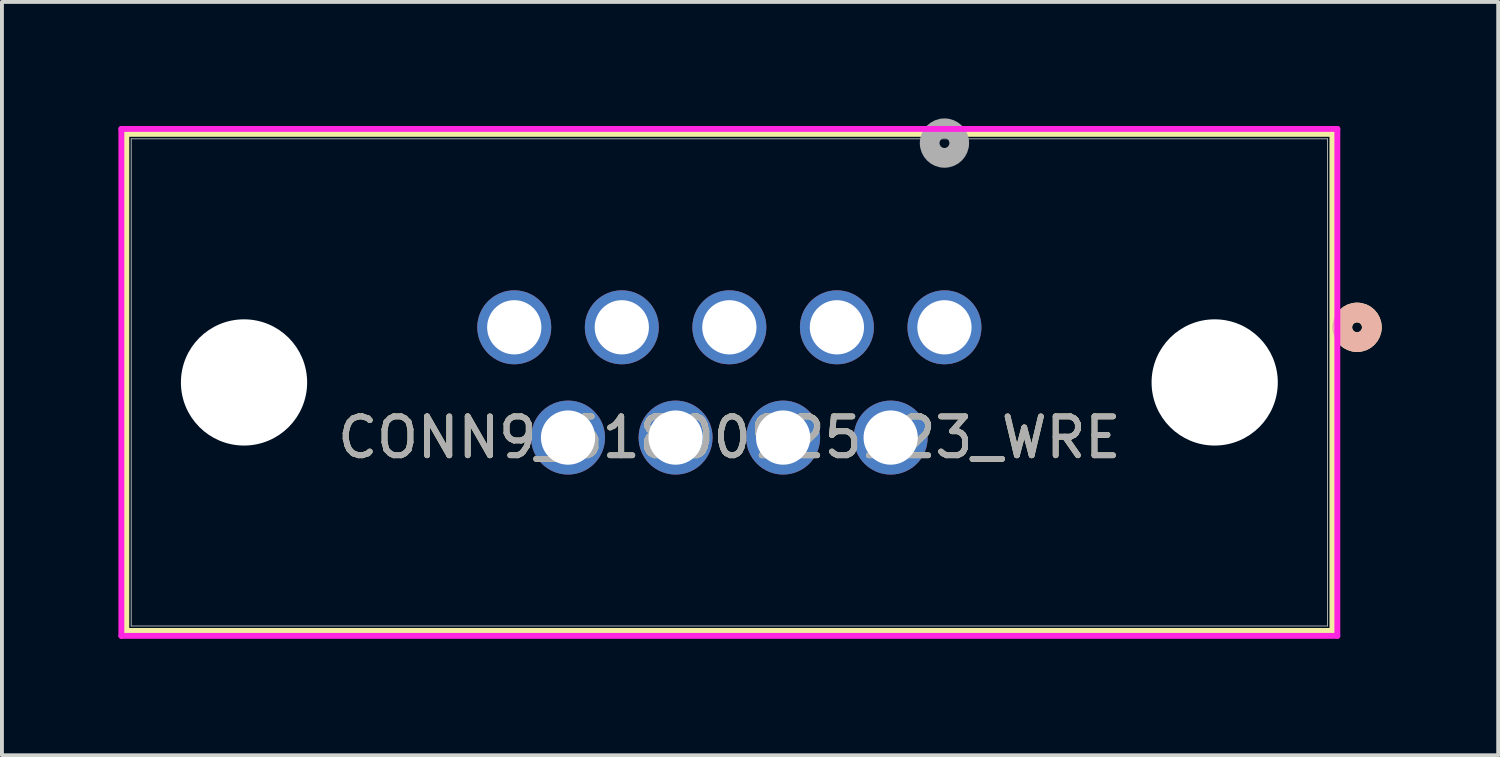
<source format=kicad_pcb>
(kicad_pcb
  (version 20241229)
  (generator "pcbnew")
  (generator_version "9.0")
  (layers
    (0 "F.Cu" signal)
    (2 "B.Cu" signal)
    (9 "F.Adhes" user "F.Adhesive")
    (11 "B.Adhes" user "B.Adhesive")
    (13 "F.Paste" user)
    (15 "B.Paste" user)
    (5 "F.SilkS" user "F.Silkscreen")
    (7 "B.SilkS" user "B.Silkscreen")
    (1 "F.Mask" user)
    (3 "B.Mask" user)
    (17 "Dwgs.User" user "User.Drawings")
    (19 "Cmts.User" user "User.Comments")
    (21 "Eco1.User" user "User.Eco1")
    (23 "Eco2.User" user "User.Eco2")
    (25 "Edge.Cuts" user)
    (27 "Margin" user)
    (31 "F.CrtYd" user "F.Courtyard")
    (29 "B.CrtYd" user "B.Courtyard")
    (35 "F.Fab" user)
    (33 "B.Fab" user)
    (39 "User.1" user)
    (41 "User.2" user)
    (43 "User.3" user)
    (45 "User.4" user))
  (footprint "CONN9_61800925123_WRE"
    (layer "F.Cu")
    (at 21.275 5.38)
    (property "Reference" "CONN9_61800925123_WRE" (at -5.54 2.84 0) (unlocked yes) (layer "F.SilkS") (effects (font (size 1 1) (thickness 0.15))))
    (attr through_hole)
    (fp_line (start -21.072 -4.982) (end -21.072 7.82) (stroke (width 0.152) (type solid)) (layer "F.SilkS"))
    (fp_line (start -21.072 7.82) (end 9.992 7.82) (stroke (width 0.152) (type solid)) (layer "F.SilkS"))
    (fp_line (start 9.992 -4.982) (end -21.072 -4.982) (stroke (width 0.152) (type solid)) (layer "F.SilkS"))
    (fp_line (start 9.992 7.82) (end 9.992 -4.982) (stroke (width 0.152) (type solid)) (layer "F.SilkS"))
    (fp_circle (center 10.627 0) (end 11.008 0) (stroke (width 0.508) (type solid)) (fill no) (layer "F.SilkS"))
    (fp_circle (center 10.627 0) (end 11.008 0) (stroke (width 0.508) (type solid)) (fill no) (layer "B.SilkS"))
    (fp_line (start -21.199 -5.109) (end -21.199 7.947) (stroke (width 0.152) (type solid)) (layer "F.CrtYd"))
    (fp_line (start -21.199 7.947) (end 10.119 7.947) (stroke (width 0.152) (type solid)) (layer "F.CrtYd"))
    (fp_line (start 10.119 -5.109) (end -21.199 -5.109) (stroke (width 0.152) (type solid)) (layer "F.CrtYd"))
    (fp_line (start 10.119 7.947) (end 10.119 -5.109) (stroke (width 0.152) (type solid)) (layer "F.CrtYd"))
    (fp_line (start -20.945 -4.855) (end -20.945 7.693) (stroke (width 0.025) (type solid)) (layer "F.Fab"))
    (fp_line (start -20.945 7.693) (end 9.865 7.693) (stroke (width 0.025) (type solid)) (layer "F.Fab"))
    (fp_line (start 9.865 -4.855) (end -20.945 -4.855) (stroke (width 0.025) (type solid)) (layer "F.Fab"))
    (fp_line (start 9.865 7.693) (end 9.865 -4.855) (stroke (width 0.025) (type solid)) (layer "F.Fab"))
    (fp_circle (center 0 -4.745) (end 0.381 -4.745) (stroke (width 0.508) (type solid)) (fill no) (layer "F.Fab"))
    (fp_text user "${REFERENCE}" (at -5.54 2.84 0) (unlocked yes) (layer "F.Fab") (effects (font (size 1 1) (thickness 0.15))))
    (pad "" np_thru_hole circle (at -18.04 1.42) (size 3.251 3.251) (drill 3.251) (layers "*.Cu" "*.Mask"))
    (pad "" np_thru_hole circle (at 6.96 1.42) (size 3.251 3.251) (drill 3.251) (layers "*.Cu" "*.Mask"))
    (pad "1" thru_hole circle (at 0 0) (size 1.905 1.905) (drill 1.397) (layers "*.Cu" "*.Mask"))
    (pad "2" thru_hole circle (at -2.77 0) (size 1.905 1.905) (drill 1.397) (layers "*.Cu" "*.Mask"))
    (pad "3" thru_hole circle (at -5.54 0) (size 1.905 1.905) (drill 1.397) (layers "*.Cu" "*.Mask"))
    (pad "4" thru_hole circle (at -8.31 0) (size 1.905 1.905) (drill 1.397) (layers "*.Cu" "*.Mask"))
    (pad "5" thru_hole circle (at -11.08 0) (size 1.905 1.905) (drill 1.397) (layers "*.Cu" "*.Mask"))
    (pad "6" thru_hole circle (at -1.385 2.84) (size 1.905 1.905) (drill 1.397) (layers "*.Cu" "*.Mask"))
    (pad "7" thru_hole circle (at -4.155 2.84) (size 1.905 1.905) (drill 1.397) (layers "*.Cu" "*.Mask"))
    (pad "8" thru_hole circle (at -6.925 2.84) (size 1.905 1.905) (drill 1.397) (layers "*.Cu" "*.Mask"))
    (pad "9" thru_hole circle (at -9.695 2.84) (size 1.905 1.905) (drill 1.397) (layers "*.Cu" "*.Mask")))
  (gr_rect
    (start -3 -3)
    (end 35.537 16.403)
    (stroke (width 0.1) (type default))
    (fill no)
    (layer "Edge.Cuts")))
</source>
